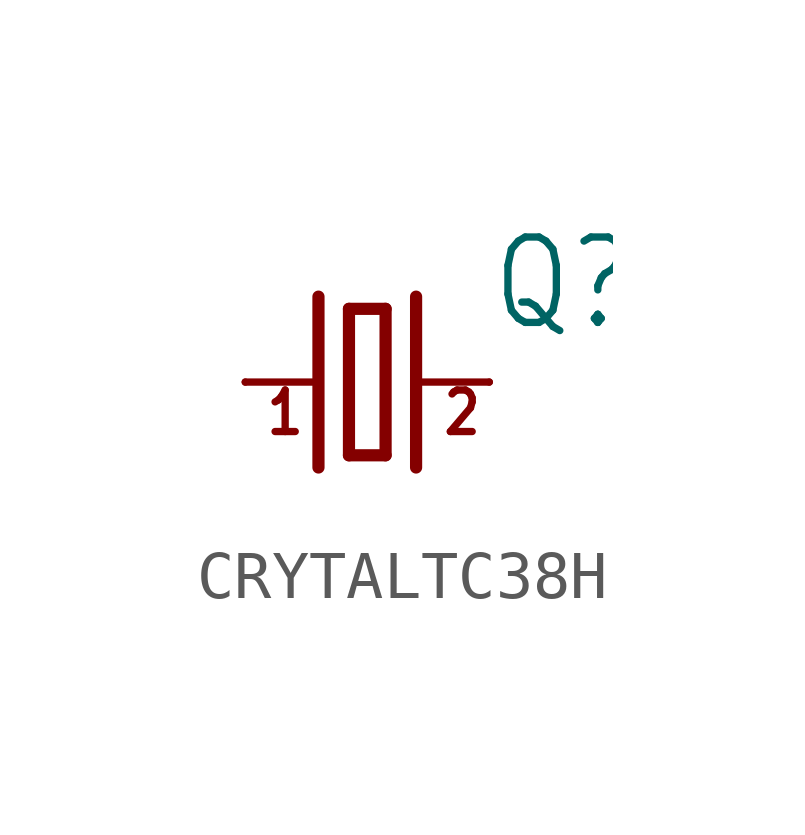
<source format=kicad_sym>
(kicad_symbol_lib
  (version 20220914)
  (generator kicad_symbol_editor)
  (symbol "CRYTALTC38H"
    (property "Reference" "Q"
      (at 2.54 1.016 0)
      (effects (font (size 1.778 1.511)) (justify left bottom)))
    (property "Value" ""
      (at 2.54 -2.54 0)
      (effects (font (size 1.778 1.511)) (justify left bottom)))
    (property "ki_locked" ""
      (at 0 0 0)
      (effects (font (size 1.27 1.27))))
    (symbol "CRYTALTC38H_1_0"
      (polyline (pts (xy -2.54 0) (xy -1.016 0)) (stroke (width 0.152) (type solid)) (fill (type none)))
      (polyline (pts (xy -1.016 1.778) (xy -1.016 -1.778)) (stroke (width 0.254) (type solid)) (fill (type none)))
      (polyline (pts (xy -0.381 -1.524) (xy 0.381 -1.524)) (stroke (width 0.254) (type solid)) (fill (type none)))
      (polyline (pts (xy -0.381 1.524) (xy -0.381 -1.524)) (stroke (width 0.254) (type solid)) (fill (type none)))
      (polyline (pts (xy 0.381 -1.524) (xy 0.381 1.524)) (stroke (width 0.254) (type solid)) (fill (type none)))
      (polyline (pts (xy 0.381 1.524) (xy -0.381 1.524)) (stroke (width 0.254) (type solid)) (fill (type none)))
      (polyline (pts (xy 1.016 0) (xy 2.54 0)) (stroke (width 0.152) (type solid)) (fill (type none)))
      (polyline (pts (xy 1.016 1.778) (xy 1.016 -1.778)) (stroke (width 0.254) (type solid)) (fill (type none)))
      (text "1" (at -2.159 -1.143 0) (effects (font (size 0.864 0.734)) (justify left bottom)))
      (text "2" (at 1.524 -1.143 0) (effects (font (size 0.864 0.734)) (justify left bottom)))
      (pin passive line (at -2.54 0 0) (length 0) (name "1" (effects (font (size 0 0)))) (number "1" (effects (font (size 0 0)))))
      (pin passive line (at 2.54 0 180) (length 0) (name "2" (effects (font (size 0 0)))) (number "2" (effects (font (size 0 0))))))))
</source>
